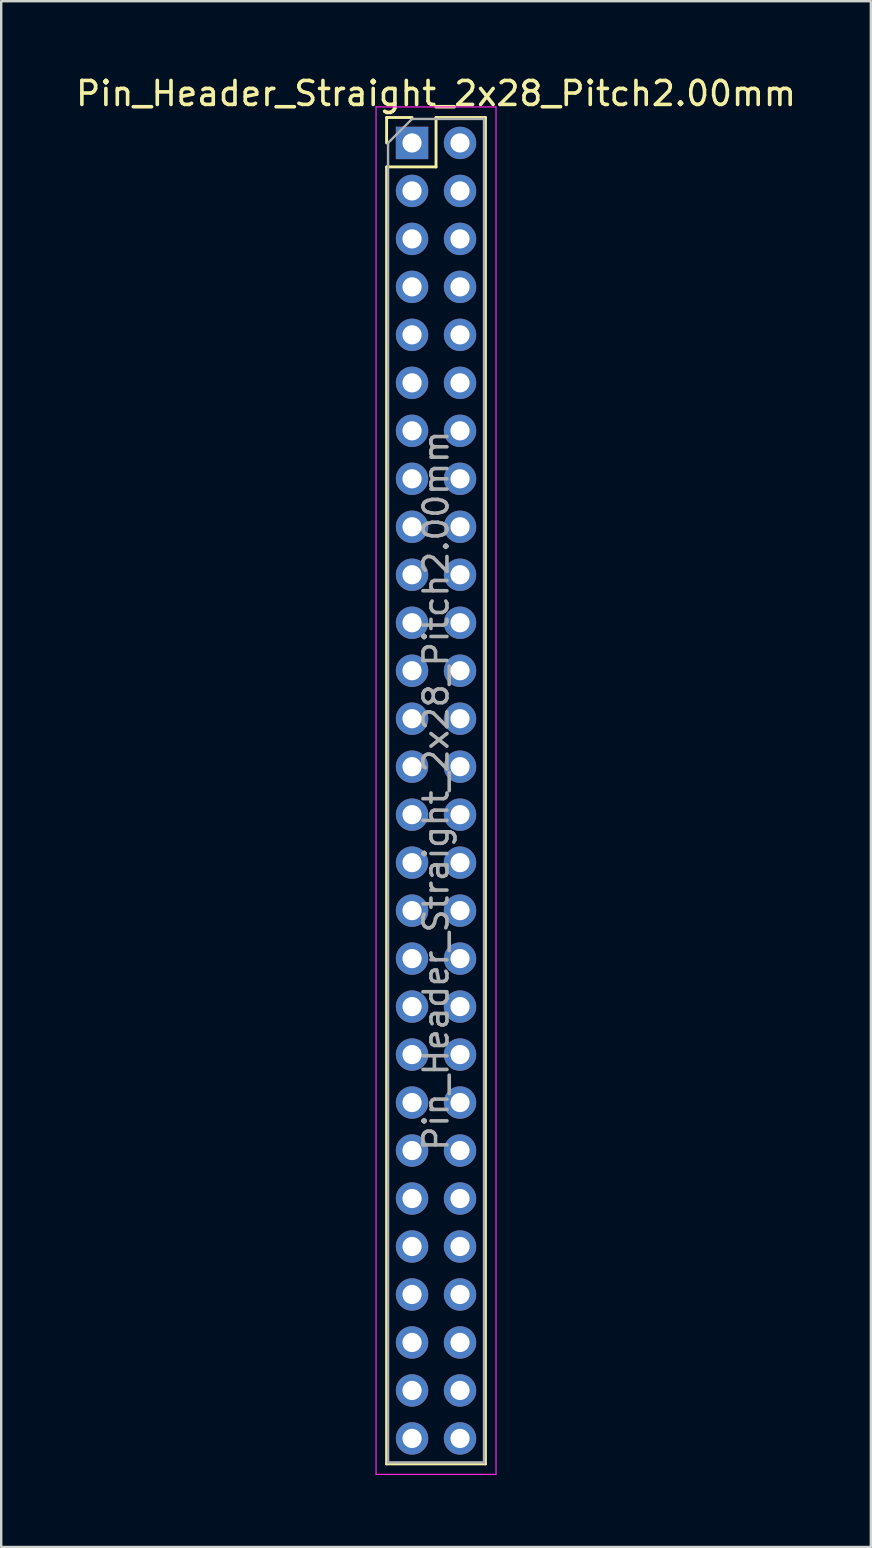
<source format=kicad_pcb>
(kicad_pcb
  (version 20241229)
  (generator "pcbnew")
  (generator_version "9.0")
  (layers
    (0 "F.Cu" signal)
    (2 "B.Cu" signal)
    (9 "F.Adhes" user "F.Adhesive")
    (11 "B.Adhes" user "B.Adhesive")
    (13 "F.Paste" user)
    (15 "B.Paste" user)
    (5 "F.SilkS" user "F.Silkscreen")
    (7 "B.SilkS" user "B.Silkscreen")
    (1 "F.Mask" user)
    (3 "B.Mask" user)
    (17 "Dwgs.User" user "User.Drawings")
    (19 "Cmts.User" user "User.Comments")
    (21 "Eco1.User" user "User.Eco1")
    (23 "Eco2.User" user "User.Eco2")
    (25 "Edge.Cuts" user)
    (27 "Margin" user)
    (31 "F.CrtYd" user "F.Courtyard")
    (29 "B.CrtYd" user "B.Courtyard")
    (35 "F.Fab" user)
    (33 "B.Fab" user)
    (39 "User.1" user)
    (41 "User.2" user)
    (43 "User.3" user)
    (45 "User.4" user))
  (footprint "Pin_Header_Straight_2x28_Pitch2.00mm"
    (layer "F.Cu")
    (at 14.125 2.908)
    (property "Reference" "Pin_Header_Straight_2x28_Pitch2.00mm" (at 1 -2.06 0) (layer "F.SilkS") (effects (font (size 1 1) (thickness 0.15))))
    (attr through_hole)
    (fp_line (start -1.06 -1.06) (end 0 -1.06) (stroke (width 0.12) (type solid)) (layer "F.SilkS"))
    (fp_line (start -1.06 0) (end -1.06 -1.06) (stroke (width 0.12) (type solid)) (layer "F.SilkS"))
    (fp_line (start -1.06 1) (end -1.06 55.06) (stroke (width 0.12) (type solid)) (layer "F.SilkS"))
    (fp_line (start -1.06 1) (end 1 1) (stroke (width 0.12) (type solid)) (layer "F.SilkS"))
    (fp_line (start -1.06 55.06) (end 3.06 55.06) (stroke (width 0.12) (type solid)) (layer "F.SilkS"))
    (fp_line (start 1 -1.06) (end 3.06 -1.06) (stroke (width 0.12) (type solid)) (layer "F.SilkS"))
    (fp_line (start 1 1) (end 1 -1.06) (stroke (width 0.12) (type solid)) (layer "F.SilkS"))
    (fp_line (start 3.06 -1.06) (end 3.06 55.06) (stroke (width 0.12) (type solid)) (layer "F.SilkS"))
    (fp_line (start -1.5 -1.5) (end -1.5 55.5) (stroke (width 0.05) (type solid)) (layer "F.CrtYd"))
    (fp_line (start -1.5 55.5) (end 3.5 55.5) (stroke (width 0.05) (type solid)) (layer "F.CrtYd"))
    (fp_line (start 3.5 -1.5) (end -1.5 -1.5) (stroke (width 0.05) (type solid)) (layer "F.CrtYd"))
    (fp_line (start 3.5 55.5) (end 3.5 -1.5) (stroke (width 0.05) (type solid)) (layer "F.CrtYd"))
    (fp_line (start -1 0) (end 0 -1) (stroke (width 0.1) (type solid)) (layer "F.Fab"))
    (fp_line (start -1 55) (end -1 0) (stroke (width 0.1) (type solid)) (layer "F.Fab"))
    (fp_line (start 0 -1) (end 3 -1) (stroke (width 0.1) (type solid)) (layer "F.Fab"))
    (fp_line (start 3 -1) (end 3 55) (stroke (width 0.1) (type solid)) (layer "F.Fab"))
    (fp_line (start 3 55) (end -1 55) (stroke (width 0.1) (type solid)) (layer "F.Fab"))
    (fp_text user "${REFERENCE}" (at 1 27 90) (layer "F.Fab") (effects (font (size 1 1) (thickness 0.15))))
    (pad "1" thru_hole rect (at 0 0) (size 1.35 1.35) (drill 0.8) (layers "*.Cu" "*.Mask"))
    (pad "2" thru_hole oval (at 2 0) (size 1.35 1.35) (drill 0.8) (layers "*.Cu" "*.Mask"))
    (pad "3" thru_hole oval (at 0 2) (size 1.35 1.35) (drill 0.8) (layers "*.Cu" "*.Mask"))
    (pad "4" thru_hole oval (at 2 2) (size 1.35 1.35) (drill 0.8) (layers "*.Cu" "*.Mask"))
    (pad "5" thru_hole oval (at 0 4) (size 1.35 1.35) (drill 0.8) (layers "*.Cu" "*.Mask"))
    (pad "6" thru_hole oval (at 2 4) (size 1.35 1.35) (drill 0.8) (layers "*.Cu" "*.Mask"))
    (pad "7" thru_hole oval (at 0 6) (size 1.35 1.35) (drill 0.8) (layers "*.Cu" "*.Mask"))
    (pad "8" thru_hole oval (at 2 6) (size 1.35 1.35) (drill 0.8) (layers "*.Cu" "*.Mask"))
    (pad "9" thru_hole oval (at 0 8) (size 1.35 1.35) (drill 0.8) (layers "*.Cu" "*.Mask"))
    (pad "10" thru_hole oval (at 2 8) (size 1.35 1.35) (drill 0.8) (layers "*.Cu" "*.Mask"))
    (pad "11" thru_hole oval (at 0 10) (size 1.35 1.35) (drill 0.8) (layers "*.Cu" "*.Mask"))
    (pad "12" thru_hole oval (at 2 10) (size 1.35 1.35) (drill 0.8) (layers "*.Cu" "*.Mask"))
    (pad "13" thru_hole oval (at 0 12) (size 1.35 1.35) (drill 0.8) (layers "*.Cu" "*.Mask"))
    (pad "14" thru_hole oval (at 2 12) (size 1.35 1.35) (drill 0.8) (layers "*.Cu" "*.Mask"))
    (pad "15" thru_hole oval (at 0 14) (size 1.35 1.35) (drill 0.8) (layers "*.Cu" "*.Mask"))
    (pad "16" thru_hole oval (at 2 14) (size 1.35 1.35) (drill 0.8) (layers "*.Cu" "*.Mask"))
    (pad "17" thru_hole oval (at 0 16) (size 1.35 1.35) (drill 0.8) (layers "*.Cu" "*.Mask"))
    (pad "18" thru_hole oval (at 2 16) (size 1.35 1.35) (drill 0.8) (layers "*.Cu" "*.Mask"))
    (pad "19" thru_hole oval (at 0 18) (size 1.35 1.35) (drill 0.8) (layers "*.Cu" "*.Mask"))
    (pad "20" thru_hole oval (at 2 18) (size 1.35 1.35) (drill 0.8) (layers "*.Cu" "*.Mask"))
    (pad "21" thru_hole oval (at 0 20) (size 1.35 1.35) (drill 0.8) (layers "*.Cu" "*.Mask"))
    (pad "22" thru_hole oval (at 2 20) (size 1.35 1.35) (drill 0.8) (layers "*.Cu" "*.Mask"))
    (pad "23" thru_hole oval (at 0 22) (size 1.35 1.35) (drill 0.8) (layers "*.Cu" "*.Mask"))
    (pad "24" thru_hole oval (at 2 22) (size 1.35 1.35) (drill 0.8) (layers "*.Cu" "*.Mask"))
    (pad "25" thru_hole oval (at 0 24) (size 1.35 1.35) (drill 0.8) (layers "*.Cu" "*.Mask"))
    (pad "26" thru_hole oval (at 2 24) (size 1.35 1.35) (drill 0.8) (layers "*.Cu" "*.Mask"))
    (pad "27" thru_hole oval (at 0 26) (size 1.35 1.35) (drill 0.8) (layers "*.Cu" "*.Mask"))
    (pad "28" thru_hole oval (at 2 26) (size 1.35 1.35) (drill 0.8) (layers "*.Cu" "*.Mask"))
    (pad "29" thru_hole oval (at 0 28) (size 1.35 1.35) (drill 0.8) (layers "*.Cu" "*.Mask"))
    (pad "30" thru_hole oval (at 2 28) (size 1.35 1.35) (drill 0.8) (layers "*.Cu" "*.Mask"))
    (pad "31" thru_hole oval (at 0 30) (size 1.35 1.35) (drill 0.8) (layers "*.Cu" "*.Mask"))
    (pad "32" thru_hole oval (at 2 30) (size 1.35 1.35) (drill 0.8) (layers "*.Cu" "*.Mask"))
    (pad "33" thru_hole oval (at 0 32) (size 1.35 1.35) (drill 0.8) (layers "*.Cu" "*.Mask"))
    (pad "34" thru_hole oval (at 2 32) (size 1.35 1.35) (drill 0.8) (layers "*.Cu" "*.Mask"))
    (pad "35" thru_hole oval (at 0 34) (size 1.35 1.35) (drill 0.8) (layers "*.Cu" "*.Mask"))
    (pad "36" thru_hole oval (at 2 34) (size 1.35 1.35) (drill 0.8) (layers "*.Cu" "*.Mask"))
    (pad "37" thru_hole oval (at 0 36) (size 1.35 1.35) (drill 0.8) (layers "*.Cu" "*.Mask"))
    (pad "38" thru_hole oval (at 2 36) (size 1.35 1.35) (drill 0.8) (layers "*.Cu" "*.Mask"))
    (pad "39" thru_hole oval (at 0 38) (size 1.35 1.35) (drill 0.8) (layers "*.Cu" "*.Mask"))
    (pad "40" thru_hole oval (at 2 38) (size 1.35 1.35) (drill 0.8) (layers "*.Cu" "*.Mask"))
    (pad "41" thru_hole oval (at 0 40) (size 1.35 1.35) (drill 0.8) (layers "*.Cu" "*.Mask"))
    (pad "42" thru_hole oval (at 2 40) (size 1.35 1.35) (drill 0.8) (layers "*.Cu" "*.Mask"))
    (pad "43" thru_hole oval (at 0 42) (size 1.35 1.35) (drill 0.8) (layers "*.Cu" "*.Mask"))
    (pad "44" thru_hole oval (at 2 42) (size 1.35 1.35) (drill 0.8) (layers "*.Cu" "*.Mask"))
    (pad "45" thru_hole oval (at 0 44) (size 1.35 1.35) (drill 0.8) (layers "*.Cu" "*.Mask"))
    (pad "46" thru_hole oval (at 2 44) (size 1.35 1.35) (drill 0.8) (layers "*.Cu" "*.Mask"))
    (pad "47" thru_hole oval (at 0 46) (size 1.35 1.35) (drill 0.8) (layers "*.Cu" "*.Mask"))
    (pad "48" thru_hole oval (at 2 46) (size 1.35 1.35) (drill 0.8) (layers "*.Cu" "*.Mask"))
    (pad "49" thru_hole oval (at 0 48) (size 1.35 1.35) (drill 0.8) (layers "*.Cu" "*.Mask"))
    (pad "50" thru_hole oval (at 2 48) (size 1.35 1.35) (drill 0.8) (layers "*.Cu" "*.Mask"))
    (pad "51" thru_hole oval (at 0 50) (size 1.35 1.35) (drill 0.8) (layers "*.Cu" "*.Mask"))
    (pad "52" thru_hole oval (at 2 50) (size 1.35 1.35) (drill 0.8) (layers "*.Cu" "*.Mask"))
    (pad "53" thru_hole oval (at 0 52) (size 1.35 1.35) (drill 0.8) (layers "*.Cu" "*.Mask"))
    (pad "54" thru_hole oval (at 2 52) (size 1.35 1.35) (drill 0.8) (layers "*.Cu" "*.Mask"))
    (pad "55" thru_hole oval (at 0 54) (size 1.35 1.35) (drill 0.8) (layers "*.Cu" "*.Mask"))
    (pad "56" thru_hole oval (at 2 54) (size 1.35 1.35) (drill 0.8) (layers "*.Cu" "*.Mask")))
  (gr_rect
    (start -3 -3)
    (end 33.25 61.433)
    (stroke (width 0.1) (type default))
    (fill no)
    (layer "Edge.Cuts")))
</source>
